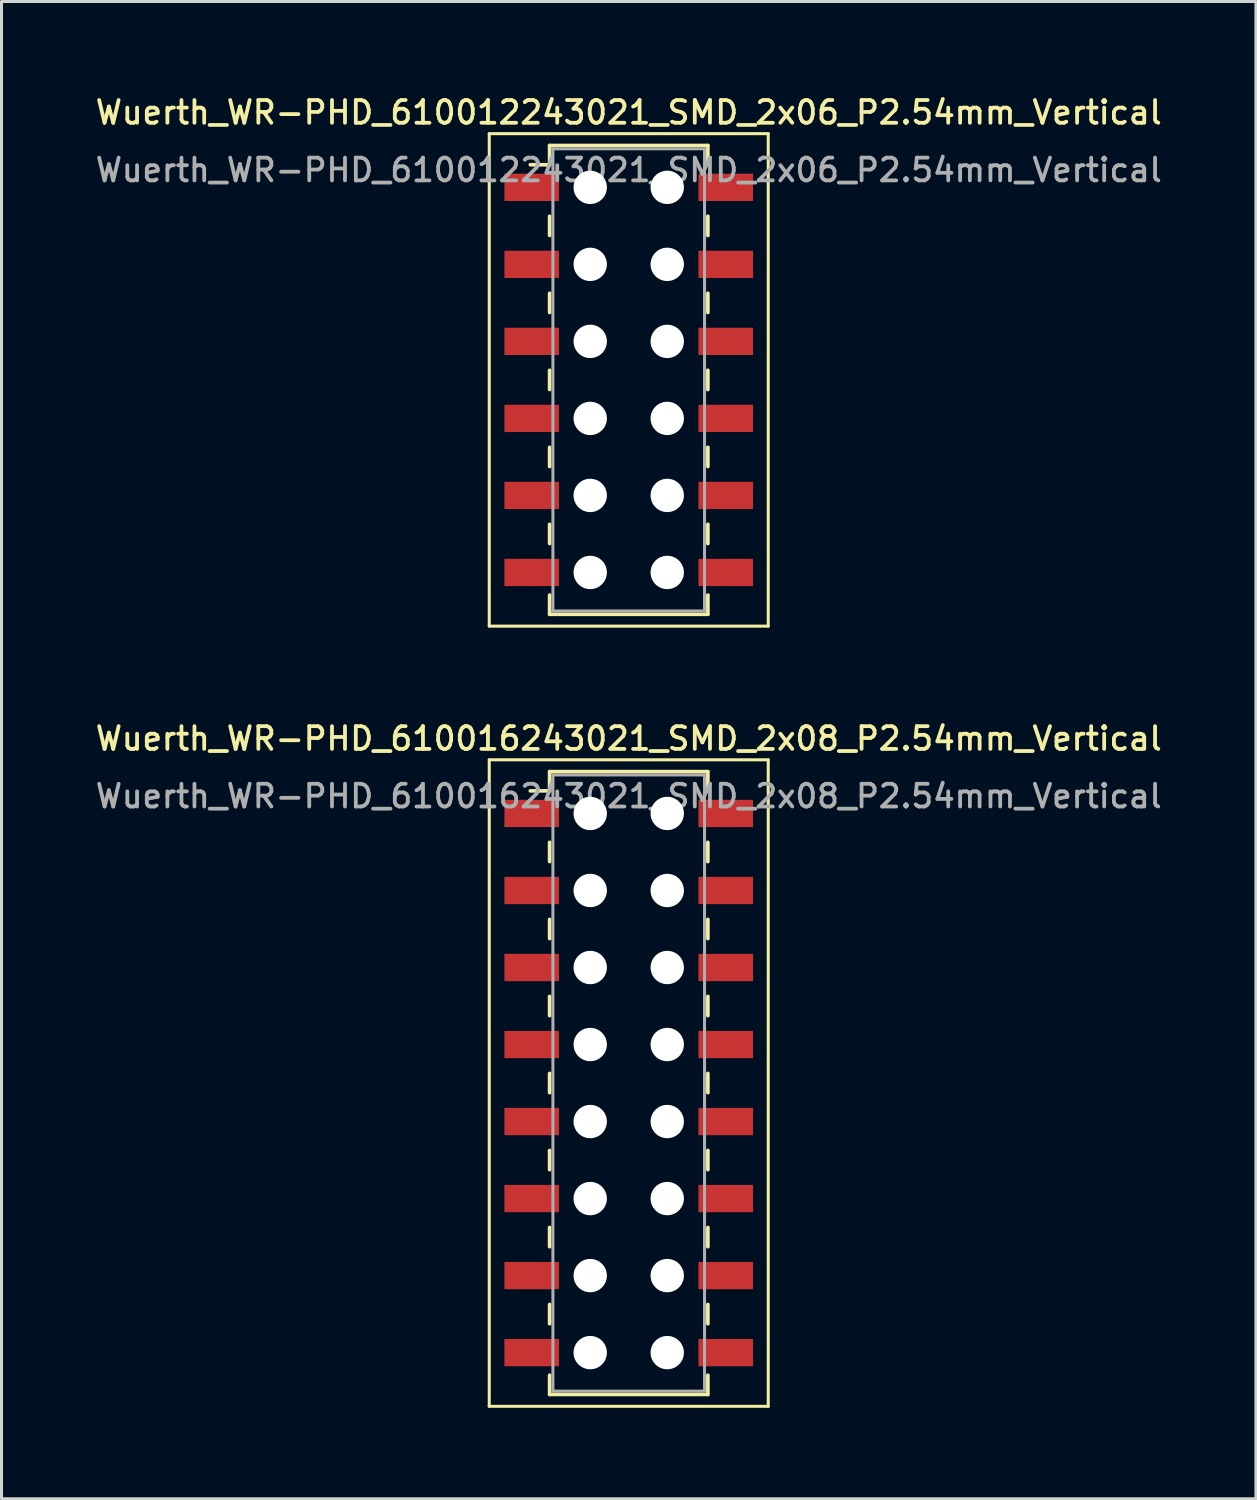
<source format=kicad_pcb>
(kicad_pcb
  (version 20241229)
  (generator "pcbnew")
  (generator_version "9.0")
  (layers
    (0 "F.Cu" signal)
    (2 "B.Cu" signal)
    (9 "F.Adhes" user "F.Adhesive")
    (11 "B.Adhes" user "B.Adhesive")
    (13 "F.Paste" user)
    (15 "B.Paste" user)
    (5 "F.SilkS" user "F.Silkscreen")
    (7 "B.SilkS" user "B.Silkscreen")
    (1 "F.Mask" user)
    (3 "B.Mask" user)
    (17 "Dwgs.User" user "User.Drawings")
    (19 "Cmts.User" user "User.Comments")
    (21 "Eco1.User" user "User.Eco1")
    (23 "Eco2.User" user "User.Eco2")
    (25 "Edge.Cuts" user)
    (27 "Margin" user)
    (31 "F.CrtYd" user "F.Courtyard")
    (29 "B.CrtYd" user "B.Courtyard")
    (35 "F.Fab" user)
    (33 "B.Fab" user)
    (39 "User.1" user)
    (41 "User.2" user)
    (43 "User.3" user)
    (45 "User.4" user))
  (footprint "Wuerth_WR-PHD_610012243021_SMD_2x06_P2.54mm_Vertical"
    (layer "F.Cu")
    (at 17.684 9.478)
    (property "Reference" "Wuerth_WR-PHD_610012243021_SMD_2x06_P2.54mm_Vertical" (at 0 -8.82 0) (layer "F.SilkS") (effects (font (size 0.75 0.75) (thickness 0.125))))
    (attr smd)
    (fp_line (start -4.6 -8.12) (end -4.6 8.12) (stroke (width 0.1) (type solid)) (layer "F.SilkS"))
    (fp_line (start -4.6 8.12) (end 4.6 8.12) (stroke (width 0.1) (type solid)) (layer "F.SilkS"))
    (fp_line (start -2.61 -7.73) (end -2.61 -7.095) (stroke (width 0.12) (type solid)) (layer "F.SilkS"))
    (fp_line (start -2.61 -7.73) (end 2.61 -7.73) (stroke (width 0.12) (type solid)) (layer "F.SilkS"))
    (fp_line (start -2.61 -7.095) (end -3.245 -7.095) (stroke (width 0.12) (type solid)) (layer "F.SilkS"))
    (fp_line (start -2.61 -5.397) (end -2.61 -4.763) (stroke (width 0.12) (type solid)) (layer "F.SilkS"))
    (fp_line (start -2.61 -2.857) (end -2.61 -2.223) (stroke (width 0.12) (type solid)) (layer "F.SilkS"))
    (fp_line (start -2.61 -0.318) (end -2.61 0.318) (stroke (width 0.12) (type solid)) (layer "F.SilkS"))
    (fp_line (start -2.61 2.223) (end -2.61 2.857) (stroke (width 0.12) (type solid)) (layer "F.SilkS"))
    (fp_line (start -2.61 4.763) (end -2.61 5.397) (stroke (width 0.12) (type solid)) (layer "F.SilkS"))
    (fp_line (start -2.61 7.73) (end -2.61 7.095) (stroke (width 0.12) (type solid)) (layer "F.SilkS"))
    (fp_line (start -2.61 7.73) (end 2.61 7.73) (stroke (width 0.12) (type solid)) (layer "F.SilkS"))
    (fp_line (start 2.61 -7.73) (end 2.61 -7.095) (stroke (width 0.12) (type solid)) (layer "F.SilkS"))
    (fp_line (start 2.61 -5.397) (end 2.61 -4.763) (stroke (width 0.12) (type solid)) (layer "F.SilkS"))
    (fp_line (start 2.61 -2.857) (end 2.61 -2.223) (stroke (width 0.12) (type solid)) (layer "F.SilkS"))
    (fp_line (start 2.61 -0.318) (end 2.61 0.318) (stroke (width 0.12) (type solid)) (layer "F.SilkS"))
    (fp_line (start 2.61 2.223) (end 2.61 2.857) (stroke (width 0.12) (type solid)) (layer "F.SilkS"))
    (fp_line (start 2.61 4.763) (end 2.61 5.397) (stroke (width 0.12) (type solid)) (layer "F.SilkS"))
    (fp_line (start 2.61 7.73) (end 2.61 7.095) (stroke (width 0.12) (type solid)) (layer "F.SilkS"))
    (fp_line (start 4.6 -8.12) (end -4.6 -8.12) (stroke (width 0.1) (type solid)) (layer "F.SilkS"))
    (fp_line (start 4.6 8.12) (end 4.6 -8.12) (stroke (width 0.1) (type solid)) (layer "F.SilkS"))
    (fp_line (start -2.5 -7.62) (end -2.5 7.62) (stroke (width 0.1) (type solid)) (layer "F.Fab"))
    (fp_line (start -2.5 7.62) (end 2.5 7.62) (stroke (width 0.1) (type solid)) (layer "F.Fab"))
    (fp_line (start 2.5 -7.62) (end -2.5 -7.62) (stroke (width 0.1) (type solid)) (layer "F.Fab"))
    (fp_line (start 2.5 7.62) (end 2.5 -7.62) (stroke (width 0.1) (type solid)) (layer "F.Fab"))
    (fp_text user "${REFERENCE}" (at 0 -6.92 0) (layer "F.Fab") (effects (font (size 0.75 0.75) (thickness 0.125))))
    (pad "" np_thru_hole circle (at -1.27 -6.35) (size 1.1 1.1) (drill 1.1) (layers "*.Cu" "*.Mask"))
    (pad "" np_thru_hole circle (at -1.27 -3.81) (size 1.1 1.1) (drill 1.1) (layers "*.Cu" "*.Mask"))
    (pad "" np_thru_hole circle (at -1.27 -1.27) (size 1.1 1.1) (drill 1.1) (layers "*.Cu" "*.Mask"))
    (pad "" np_thru_hole circle (at -1.27 1.27) (size 1.1 1.1) (drill 1.1) (layers "*.Cu" "*.Mask"))
    (pad "" np_thru_hole circle (at -1.27 3.81) (size 1.1 1.1) (drill 1.1) (layers "*.Cu" "*.Mask"))
    (pad "" np_thru_hole circle (at -1.27 6.35) (size 1.1 1.1) (drill 1.1) (layers "*.Cu" "*.Mask"))
    (pad "" np_thru_hole circle (at 1.27 -6.35) (size 1.1 1.1) (drill 1.1) (layers "*.Cu" "*.Mask"))
    (pad "" np_thru_hole circle (at 1.27 -3.81) (size 1.1 1.1) (drill 1.1) (layers "*.Cu" "*.Mask"))
    (pad "" np_thru_hole circle (at 1.27 -1.27) (size 1.1 1.1) (drill 1.1) (layers "*.Cu" "*.Mask"))
    (pad "" np_thru_hole circle (at 1.27 1.27) (size 1.1 1.1) (drill 1.1) (layers "*.Cu" "*.Mask"))
    (pad "" np_thru_hole circle (at 1.27 3.81) (size 1.1 1.1) (drill 1.1) (layers "*.Cu" "*.Mask"))
    (pad "" np_thru_hole circle (at 1.27 6.35) (size 1.1 1.1) (drill 1.1) (layers "*.Cu" "*.Mask"))
    (pad "1" smd rect (at -3.2 -6.35) (size 1.8 0.9) (layers "F.Cu" "F.Mask" "F.Paste"))
    (pad "2" smd rect (at 3.2 -6.35) (size 1.8 0.9) (layers "F.Cu" "F.Mask" "F.Paste"))
    (pad "3" smd rect (at -3.2 -3.81) (size 1.8 0.9) (layers "F.Cu" "F.Mask" "F.Paste"))
    (pad "4" smd rect (at 3.2 -3.81) (size 1.8 0.9) (layers "F.Cu" "F.Mask" "F.Paste"))
    (pad "5" smd rect (at -3.2 -1.27) (size 1.8 0.9) (layers "F.Cu" "F.Mask" "F.Paste"))
    (pad "6" smd rect (at 3.2 -1.27) (size 1.8 0.9) (layers "F.Cu" "F.Mask" "F.Paste"))
    (pad "7" smd rect (at -3.2 1.27) (size 1.8 0.9) (layers "F.Cu" "F.Mask" "F.Paste"))
    (pad "8" smd rect (at 3.2 1.27) (size 1.8 0.9) (layers "F.Cu" "F.Mask" "F.Paste"))
    (pad "9" smd rect (at -3.2 3.81) (size 1.8 0.9) (layers "F.Cu" "F.Mask" "F.Paste"))
    (pad "10" smd rect (at 3.2 3.81) (size 1.8 0.9) (layers "F.Cu" "F.Mask" "F.Paste"))
    (pad "11" smd rect (at -3.2 6.35) (size 1.8 0.9) (layers "F.Cu" "F.Mask" "F.Paste"))
    (pad "12" smd rect (at 3.2 6.35) (size 1.8 0.9) (layers "F.Cu" "F.Mask" "F.Paste")))
  (footprint "Wuerth_WR-PHD_610016243021_SMD_2x08_P2.54mm_Vertical"
    (layer "F.Cu")
    (at 17.684 32.666)
    (property "Reference" "Wuerth_WR-PHD_610016243021_SMD_2x08_P2.54mm_Vertical" (at 0 -11.36 0) (layer "F.SilkS") (effects (font (size 0.75 0.75) (thickness 0.125))))
    (attr smd)
    (fp_line (start -4.6 -10.66) (end -4.6 10.66) (stroke (width 0.1) (type solid)) (layer "F.SilkS"))
    (fp_line (start -4.6 10.66) (end 4.6 10.66) (stroke (width 0.1) (type solid)) (layer "F.SilkS"))
    (fp_line (start -2.61 -10.27) (end -2.61 -9.635) (stroke (width 0.12) (type solid)) (layer "F.SilkS"))
    (fp_line (start -2.61 -10.27) (end 2.61 -10.27) (stroke (width 0.12) (type solid)) (layer "F.SilkS"))
    (fp_line (start -2.61 -9.635) (end -3.245 -9.635) (stroke (width 0.12) (type solid)) (layer "F.SilkS"))
    (fp_line (start -2.61 -7.938) (end -2.61 -7.303) (stroke (width 0.12) (type solid)) (layer "F.SilkS"))
    (fp_line (start -2.61 -5.397) (end -2.61 -4.763) (stroke (width 0.12) (type solid)) (layer "F.SilkS"))
    (fp_line (start -2.61 -2.857) (end -2.61 -2.223) (stroke (width 0.12) (type solid)) (layer "F.SilkS"))
    (fp_line (start -2.61 -0.318) (end -2.61 0.318) (stroke (width 0.12) (type solid)) (layer "F.SilkS"))
    (fp_line (start -2.61 2.223) (end -2.61 2.857) (stroke (width 0.12) (type solid)) (layer "F.SilkS"))
    (fp_line (start -2.61 4.763) (end -2.61 5.397) (stroke (width 0.12) (type solid)) (layer "F.SilkS"))
    (fp_line (start -2.61 7.303) (end -2.61 7.938) (stroke (width 0.12) (type solid)) (layer "F.SilkS"))
    (fp_line (start -2.61 10.27) (end -2.61 9.635) (stroke (width 0.12) (type solid)) (layer "F.SilkS"))
    (fp_line (start -2.61 10.27) (end 2.61 10.27) (stroke (width 0.12) (type solid)) (layer "F.SilkS"))
    (fp_line (start 2.61 -10.27) (end 2.61 -9.635) (stroke (width 0.12) (type solid)) (layer "F.SilkS"))
    (fp_line (start 2.61 -7.938) (end 2.61 -7.303) (stroke (width 0.12) (type solid)) (layer "F.SilkS"))
    (fp_line (start 2.61 -5.397) (end 2.61 -4.763) (stroke (width 0.12) (type solid)) (layer "F.SilkS"))
    (fp_line (start 2.61 -2.857) (end 2.61 -2.223) (stroke (width 0.12) (type solid)) (layer "F.SilkS"))
    (fp_line (start 2.61 -0.318) (end 2.61 0.318) (stroke (width 0.12) (type solid)) (layer "F.SilkS"))
    (fp_line (start 2.61 2.223) (end 2.61 2.857) (stroke (width 0.12) (type solid)) (layer "F.SilkS"))
    (fp_line (start 2.61 4.763) (end 2.61 5.397) (stroke (width 0.12) (type solid)) (layer "F.SilkS"))
    (fp_line (start 2.61 7.303) (end 2.61 7.938) (stroke (width 0.12) (type solid)) (layer "F.SilkS"))
    (fp_line (start 2.61 10.27) (end 2.61 9.635) (stroke (width 0.12) (type solid)) (layer "F.SilkS"))
    (fp_line (start 4.6 -10.66) (end -4.6 -10.66) (stroke (width 0.1) (type solid)) (layer "F.SilkS"))
    (fp_line (start 4.6 10.66) (end 4.6 -10.66) (stroke (width 0.1) (type solid)) (layer "F.SilkS"))
    (fp_line (start -2.5 -10.16) (end -2.5 10.16) (stroke (width 0.1) (type solid)) (layer "F.Fab"))
    (fp_line (start -2.5 10.16) (end 2.5 10.16) (stroke (width 0.1) (type solid)) (layer "F.Fab"))
    (fp_line (start 2.5 -10.16) (end -2.5 -10.16) (stroke (width 0.1) (type solid)) (layer "F.Fab"))
    (fp_line (start 2.5 10.16) (end 2.5 -10.16) (stroke (width 0.1) (type solid)) (layer "F.Fab"))
    (fp_text user "${REFERENCE}" (at 0 -9.46 0) (layer "F.Fab") (effects (font (size 0.75 0.75) (thickness 0.125))))
    (pad "" np_thru_hole circle (at -1.27 -8.89) (size 1.1 1.1) (drill 1.1) (layers "*.Cu" "*.Mask"))
    (pad "" np_thru_hole circle (at -1.27 -6.35) (size 1.1 1.1) (drill 1.1) (layers "*.Cu" "*.Mask"))
    (pad "" np_thru_hole circle (at -1.27 -3.81) (size 1.1 1.1) (drill 1.1) (layers "*.Cu" "*.Mask"))
    (pad "" np_thru_hole circle (at -1.27 -1.27) (size 1.1 1.1) (drill 1.1) (layers "*.Cu" "*.Mask"))
    (pad "" np_thru_hole circle (at -1.27 1.27) (size 1.1 1.1) (drill 1.1) (layers "*.Cu" "*.Mask"))
    (pad "" np_thru_hole circle (at -1.27 3.81) (size 1.1 1.1) (drill 1.1) (layers "*.Cu" "*.Mask"))
    (pad "" np_thru_hole circle (at -1.27 6.35) (size 1.1 1.1) (drill 1.1) (layers "*.Cu" "*.Mask"))
    (pad "" np_thru_hole circle (at -1.27 8.89) (size 1.1 1.1) (drill 1.1) (layers "*.Cu" "*.Mask"))
    (pad "" np_thru_hole circle (at 1.27 -8.89) (size 1.1 1.1) (drill 1.1) (layers "*.Cu" "*.Mask"))
    (pad "" np_thru_hole circle (at 1.27 -6.35) (size 1.1 1.1) (drill 1.1) (layers "*.Cu" "*.Mask"))
    (pad "" np_thru_hole circle (at 1.27 -3.81) (size 1.1 1.1) (drill 1.1) (layers "*.Cu" "*.Mask"))
    (pad "" np_thru_hole circle (at 1.27 -1.27) (size 1.1 1.1) (drill 1.1) (layers "*.Cu" "*.Mask"))
    (pad "" np_thru_hole circle (at 1.27 1.27) (size 1.1 1.1) (drill 1.1) (layers "*.Cu" "*.Mask"))
    (pad "" np_thru_hole circle (at 1.27 3.81) (size 1.1 1.1) (drill 1.1) (layers "*.Cu" "*.Mask"))
    (pad "" np_thru_hole circle (at 1.27 6.35) (size 1.1 1.1) (drill 1.1) (layers "*.Cu" "*.Mask"))
    (pad "" np_thru_hole circle (at 1.27 8.89) (size 1.1 1.1) (drill 1.1) (layers "*.Cu" "*.Mask"))
    (pad "1" smd rect (at -3.2 -8.89) (size 1.8 0.9) (layers "F.Cu" "F.Mask" "F.Paste"))
    (pad "2" smd rect (at 3.2 -8.89) (size 1.8 0.9) (layers "F.Cu" "F.Mask" "F.Paste"))
    (pad "3" smd rect (at -3.2 -6.35) (size 1.8 0.9) (layers "F.Cu" "F.Mask" "F.Paste"))
    (pad "4" smd rect (at 3.2 -6.35) (size 1.8 0.9) (layers "F.Cu" "F.Mask" "F.Paste"))
    (pad "5" smd rect (at -3.2 -3.81) (size 1.8 0.9) (layers "F.Cu" "F.Mask" "F.Paste"))
    (pad "6" smd rect (at 3.2 -3.81) (size 1.8 0.9) (layers "F.Cu" "F.Mask" "F.Paste"))
    (pad "7" smd rect (at -3.2 -1.27) (size 1.8 0.9) (layers "F.Cu" "F.Mask" "F.Paste"))
    (pad "8" smd rect (at 3.2 -1.27) (size 1.8 0.9) (layers "F.Cu" "F.Mask" "F.Paste"))
    (pad "9" smd rect (at -3.2 1.27) (size 1.8 0.9) (layers "F.Cu" "F.Mask" "F.Paste"))
    (pad "10" smd rect (at 3.2 1.27) (size 1.8 0.9) (layers "F.Cu" "F.Mask" "F.Paste"))
    (pad "11" smd rect (at -3.2 3.81) (size 1.8 0.9) (layers "F.Cu" "F.Mask" "F.Paste"))
    (pad "12" smd rect (at 3.2 3.81) (size 1.8 0.9) (layers "F.Cu" "F.Mask" "F.Paste"))
    (pad "13" smd rect (at -3.2 6.35) (size 1.8 0.9) (layers "F.Cu" "F.Mask" "F.Paste"))
    (pad "14" smd rect (at 3.2 6.35) (size 1.8 0.9) (layers "F.Cu" "F.Mask" "F.Paste"))
    (pad "15" smd rect (at -3.2 8.89) (size 1.8 0.9) (layers "F.Cu" "F.Mask" "F.Paste"))
    (pad "16" smd rect (at 3.2 8.89) (size 1.8 0.9) (layers "F.Cu" "F.Mask" "F.Paste")))
  (gr_rect
    (start -3 -3)
    (end 38.368 46.376)
    (stroke (width 0.1) (type default))
    (fill no)
    (layer "Edge.Cuts")))
</source>
